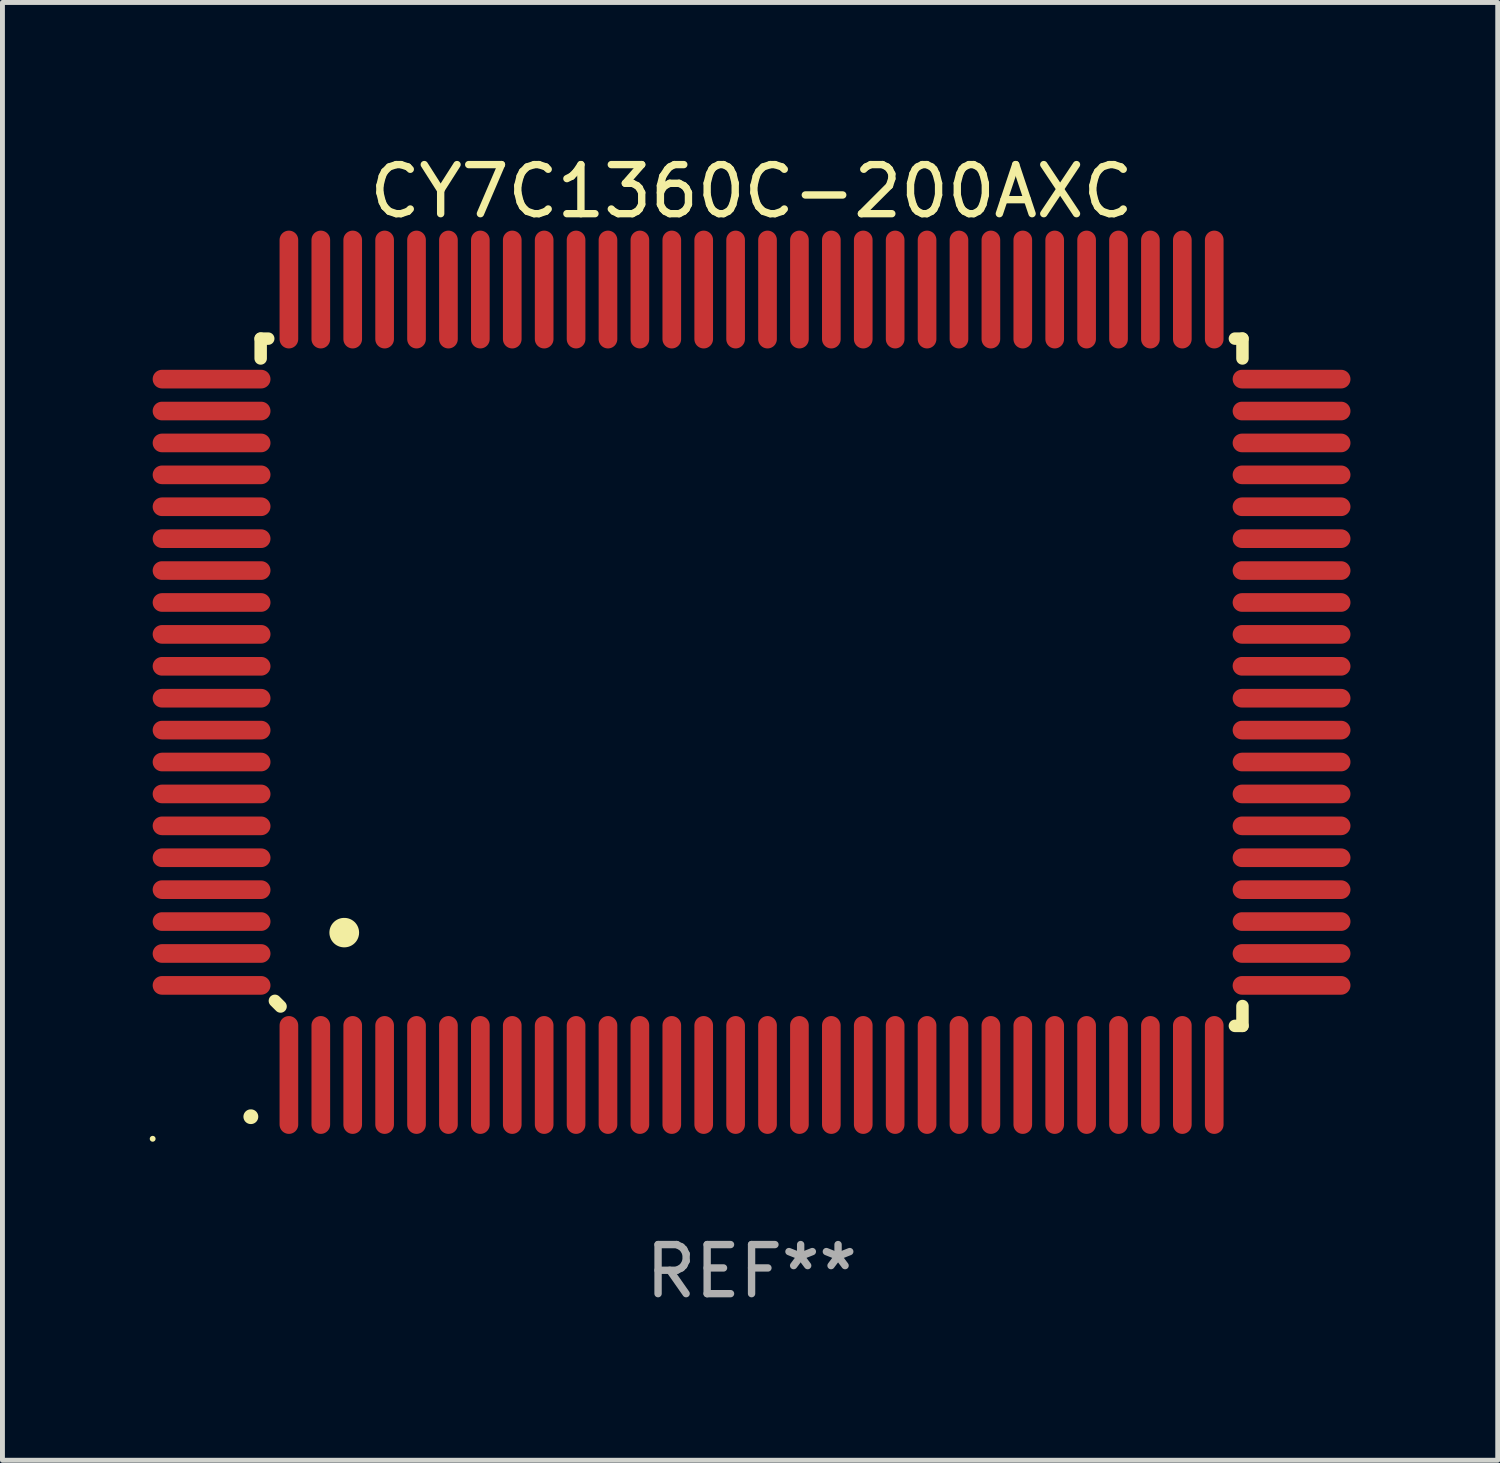
<source format=kicad_pcb>
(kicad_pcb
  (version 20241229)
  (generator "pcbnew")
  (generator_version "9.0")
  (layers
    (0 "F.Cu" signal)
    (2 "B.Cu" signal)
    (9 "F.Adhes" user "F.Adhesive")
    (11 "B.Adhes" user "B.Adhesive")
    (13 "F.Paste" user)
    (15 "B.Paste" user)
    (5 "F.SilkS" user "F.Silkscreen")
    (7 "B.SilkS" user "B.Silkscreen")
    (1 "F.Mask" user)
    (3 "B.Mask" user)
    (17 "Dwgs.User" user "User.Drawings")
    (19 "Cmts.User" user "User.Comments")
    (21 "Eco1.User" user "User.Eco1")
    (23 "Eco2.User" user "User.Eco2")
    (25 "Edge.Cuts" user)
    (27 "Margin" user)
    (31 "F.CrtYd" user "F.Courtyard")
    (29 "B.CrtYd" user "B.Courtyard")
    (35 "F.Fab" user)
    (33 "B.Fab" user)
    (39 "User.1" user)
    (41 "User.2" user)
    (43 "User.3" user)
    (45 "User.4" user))
  (footprint "CY7C1360C-200AXC"
    (layer "F.Cu")
    (at 12.26 10.848)
    (property "Reference" "CY7C1360C-200AXC" (at 0 -10 0) (layer "F.SilkS") (effects (font (size 1 1) (thickness 0.15))))
    (attr through_hole)
    (fp_line (start -10 -7) (end -10 -6.596) (stroke (width 0.254) (type solid)) (layer "F.SilkS"))
    (fp_line (start -10 -7) (end -9.846 -7) (stroke (width 0.254) (type solid)) (layer "F.SilkS"))
    (fp_line (start -9.595 6.605) (end -9.71 6.49) (stroke (width 0.254) (type solid)) (layer "F.SilkS"))
    (fp_line (start 9.846 -7) (end 10 -7) (stroke (width 0.254) (type solid)) (layer "F.SilkS"))
    (fp_line (start 10 -7) (end 10 -6.596) (stroke (width 0.254) (type solid)) (layer "F.SilkS"))
    (fp_line (start 10 6.596) (end 10 7) (stroke (width 0.254) (type solid)) (layer "F.SilkS"))
    (fp_line (start 10 7) (end 9.846 7) (stroke (width 0.254) (type solid)) (layer "F.SilkS"))
    (fp_arc (start -10.201295 8.850064) (mid -10.200025 8.850059) (end -10.198755 8.850064) (stroke (width 0.3) (type solid)) (layer "F.SilkS"))
    (fp_arc (start -8.300025 5.100076) (mid -8.297485 5.100065) (end -8.294945 5.100076) (stroke (width 0.6) (type solid)) (layer "F.SilkS"))
    (fp_circle (center -12.2 9.3) (end -12.17 9.3) (stroke (width 0.06) (type solid)) (fill no) (layer "F.SilkS"))
    (fp_text user "REF**" (at 0 12 0) (layer "F.Fab") (effects (font (size 1 1) (thickness 0.15))))
    (pad "1" smd oval (at -9.425 8 180) (size 0.38 2.4) (layers "F.Cu" "F.Mask" "F.Paste"))
    (pad "2" smd oval (at -8.775 8 180) (size 0.38 2.4) (layers "F.Cu" "F.Mask" "F.Paste"))
    (pad "3" smd oval (at -8.125 8 180) (size 0.38 2.4) (layers "F.Cu" "F.Mask" "F.Paste"))
    (pad "4" smd oval (at -7.475 8 180) (size 0.38 2.4) (layers "F.Cu" "F.Mask" "F.Paste"))
    (pad "5" smd oval (at -6.825 8 180) (size 0.38 2.4) (layers "F.Cu" "F.Mask" "F.Paste"))
    (pad "6" smd oval (at -6.175 8 180) (size 0.38 2.4) (layers "F.Cu" "F.Mask" "F.Paste"))
    (pad "7" smd oval (at -5.525 8 180) (size 0.38 2.4) (layers "F.Cu" "F.Mask" "F.Paste"))
    (pad "8" smd oval (at -4.875 8 180) (size 0.38 2.4) (layers "F.Cu" "F.Mask" "F.Paste"))
    (pad "9" smd oval (at -4.225 8 180) (size 0.38 2.4) (layers "F.Cu" "F.Mask" "F.Paste"))
    (pad "10" smd oval (at -3.575 8 180) (size 0.38 2.4) (layers "F.Cu" "F.Mask" "F.Paste"))
    (pad "11" smd oval (at -2.925 8 180) (size 0.38 2.4) (layers "F.Cu" "F.Mask" "F.Paste"))
    (pad "12" smd oval (at -2.275 8 180) (size 0.38 2.4) (layers "F.Cu" "F.Mask" "F.Paste"))
    (pad "13" smd oval (at -1.625 8 180) (size 0.38 2.4) (layers "F.Cu" "F.Mask" "F.Paste"))
    (pad "14" smd oval (at -0.975 8 180) (size 0.38 2.4) (layers "F.Cu" "F.Mask" "F.Paste"))
    (pad "15" smd oval (at -0.325 8 180) (size 0.38 2.4) (layers "F.Cu" "F.Mask" "F.Paste"))
    (pad "16" smd oval (at 0.325 8 180) (size 0.38 2.4) (layers "F.Cu" "F.Mask" "F.Paste"))
    (pad "17" smd oval (at 0.975 8 180) (size 0.38 2.4) (layers "F.Cu" "F.Mask" "F.Paste"))
    (pad "18" smd oval (at 1.625 8 180) (size 0.38 2.4) (layers "F.Cu" "F.Mask" "F.Paste"))
    (pad "19" smd oval (at 2.275 8 180) (size 0.38 2.4) (layers "F.Cu" "F.Mask" "F.Paste"))
    (pad "20" smd oval (at 2.925 8 180) (size 0.38 2.4) (layers "F.Cu" "F.Mask" "F.Paste"))
    (pad "21" smd oval (at 3.575 8 180) (size 0.38 2.4) (layers "F.Cu" "F.Mask" "F.Paste"))
    (pad "22" smd oval (at 4.225 8 180) (size 0.38 2.4) (layers "F.Cu" "F.Mask" "F.Paste"))
    (pad "23" smd oval (at 4.875 8 180) (size 0.38 2.4) (layers "F.Cu" "F.Mask" "F.Paste"))
    (pad "24" smd oval (at 5.525 8 180) (size 0.38 2.4) (layers "F.Cu" "F.Mask" "F.Paste"))
    (pad "25" smd oval (at 6.175 8 180) (size 0.38 2.4) (layers "F.Cu" "F.Mask" "F.Paste"))
    (pad "26" smd oval (at 6.825 8 180) (size 0.38 2.4) (layers "F.Cu" "F.Mask" "F.Paste"))
    (pad "27" smd oval (at 7.475 8 180) (size 0.38 2.4) (layers "F.Cu" "F.Mask" "F.Paste"))
    (pad "28" smd oval (at 8.125 8 180) (size 0.38 2.4) (layers "F.Cu" "F.Mask" "F.Paste"))
    (pad "29" smd oval (at 8.775 8 180) (size 0.38 2.4) (layers "F.Cu" "F.Mask" "F.Paste"))
    (pad "30" smd oval (at 9.425 8 180) (size 0.38 2.4) (layers "F.Cu" "F.Mask" "F.Paste"))
    (pad "31" smd oval (at 11 6.175 90) (size 0.38 2.4) (layers "F.Cu" "F.Mask" "F.Paste"))
    (pad "32" smd oval (at 11 5.525 90) (size 0.38 2.4) (layers "F.Cu" "F.Mask" "F.Paste"))
    (pad "33" smd oval (at 11 4.875 90) (size 0.38 2.4) (layers "F.Cu" "F.Mask" "F.Paste"))
    (pad "34" smd oval (at 11 4.225 90) (size 0.38 2.4) (layers "F.Cu" "F.Mask" "F.Paste"))
    (pad "35" smd oval (at 11 3.575 90) (size 0.38 2.4) (layers "F.Cu" "F.Mask" "F.Paste"))
    (pad "36" smd oval (at 11 2.925 90) (size 0.38 2.4) (layers "F.Cu" "F.Mask" "F.Paste"))
    (pad "37" smd oval (at 11 2.275 90) (size 0.38 2.4) (layers "F.Cu" "F.Mask" "F.Paste"))
    (pad "38" smd oval (at 11 1.625 90) (size 0.38 2.4) (layers "F.Cu" "F.Mask" "F.Paste"))
    (pad "39" smd oval (at 11 0.975 90) (size 0.38 2.4) (layers "F.Cu" "F.Mask" "F.Paste"))
    (pad "40" smd oval (at 11 0.325 90) (size 0.38 2.4) (layers "F.Cu" "F.Mask" "F.Paste"))
    (pad "41" smd oval (at 11 -0.325 90) (size 0.38 2.4) (layers "F.Cu" "F.Mask" "F.Paste"))
    (pad "42" smd oval (at 11 -0.975 90) (size 0.38 2.4) (layers "F.Cu" "F.Mask" "F.Paste"))
    (pad "43" smd oval (at 11 -1.625 90) (size 0.38 2.4) (layers "F.Cu" "F.Mask" "F.Paste"))
    (pad "44" smd oval (at 11 -2.275 90) (size 0.38 2.4) (layers "F.Cu" "F.Mask" "F.Paste"))
    (pad "45" smd oval (at 11 -2.925 90) (size 0.38 2.4) (layers "F.Cu" "F.Mask" "F.Paste"))
    (pad "46" smd oval (at 11 -3.575 90) (size 0.38 2.4) (layers "F.Cu" "F.Mask" "F.Paste"))
    (pad "47" smd oval (at 11 -4.225 90) (size 0.38 2.4) (layers "F.Cu" "F.Mask" "F.Paste"))
    (pad "48" smd oval (at 11 -4.875 90) (size 0.38 2.4) (layers "F.Cu" "F.Mask" "F.Paste"))
    (pad "49" smd oval (at 11 -5.525 90) (size 0.38 2.4) (layers "F.Cu" "F.Mask" "F.Paste"))
    (pad "50" smd oval (at 11 -6.175 90) (size 0.38 2.4) (layers "F.Cu" "F.Mask" "F.Paste"))
    (pad "51" smd oval (at 9.425 -8 180) (size 0.38 2.4) (layers "F.Cu" "F.Mask" "F.Paste"))
    (pad "52" smd oval (at 8.775 -8 180) (size 0.38 2.4) (layers "F.Cu" "F.Mask" "F.Paste"))
    (pad "53" smd oval (at 8.125 -8 180) (size 0.38 2.4) (layers "F.Cu" "F.Mask" "F.Paste"))
    (pad "54" smd oval (at 7.475 -8 180) (size 0.38 2.4) (layers "F.Cu" "F.Mask" "F.Paste"))
    (pad "55" smd oval (at 6.825 -8 180) (size 0.38 2.4) (layers "F.Cu" "F.Mask" "F.Paste"))
    (pad "56" smd oval (at 6.175 -8 180) (size 0.38 2.4) (layers "F.Cu" "F.Mask" "F.Paste"))
    (pad "57" smd oval (at 5.525 -8 180) (size 0.38 2.4) (layers "F.Cu" "F.Mask" "F.Paste"))
    (pad "58" smd oval (at 4.875 -8 180) (size 0.38 2.4) (layers "F.Cu" "F.Mask" "F.Paste"))
    (pad "59" smd oval (at 4.225 -8 180) (size 0.38 2.4) (layers "F.Cu" "F.Mask" "F.Paste"))
    (pad "60" smd oval (at 3.575 -8 180) (size 0.38 2.4) (layers "F.Cu" "F.Mask" "F.Paste"))
    (pad "61" smd oval (at 2.925 -8 180) (size 0.38 2.4) (layers "F.Cu" "F.Mask" "F.Paste"))
    (pad "62" smd oval (at 2.275 -8 180) (size 0.38 2.4) (layers "F.Cu" "F.Mask" "F.Paste"))
    (pad "63" smd oval (at 1.625 -8 180) (size 0.38 2.4) (layers "F.Cu" "F.Mask" "F.Paste"))
    (pad "64" smd oval (at 0.975 -8 180) (size 0.38 2.4) (layers "F.Cu" "F.Mask" "F.Paste"))
    (pad "65" smd oval (at 0.325 -8 180) (size 0.38 2.4) (layers "F.Cu" "F.Mask" "F.Paste"))
    (pad "66" smd oval (at -0.325 -8 180) (size 0.38 2.4) (layers "F.Cu" "F.Mask" "F.Paste"))
    (pad "67" smd oval (at -0.975 -8 180) (size 0.38 2.4) (layers "F.Cu" "F.Mask" "F.Paste"))
    (pad "68" smd oval (at -1.625 -8 180) (size 0.38 2.4) (layers "F.Cu" "F.Mask" "F.Paste"))
    (pad "69" smd oval (at -2.275 -8 180) (size 0.38 2.4) (layers "F.Cu" "F.Mask" "F.Paste"))
    (pad "70" smd oval (at -2.925 -8 180) (size 0.38 2.4) (layers "F.Cu" "F.Mask" "F.Paste"))
    (pad "71" smd oval (at -3.575 -8 180) (size 0.38 2.4) (layers "F.Cu" "F.Mask" "F.Paste"))
    (pad "72" smd oval (at -4.225 -8 180) (size 0.38 2.4) (layers "F.Cu" "F.Mask" "F.Paste"))
    (pad "73" smd oval (at -4.875 -8 180) (size 0.38 2.4) (layers "F.Cu" "F.Mask" "F.Paste"))
    (pad "74" smd oval (at -5.525 -8 180) (size 0.38 2.4) (layers "F.Cu" "F.Mask" "F.Paste"))
    (pad "75" smd oval (at -6.175 -8 180) (size 0.38 2.4) (layers "F.Cu" "F.Mask" "F.Paste"))
    (pad "76" smd oval (at -6.825 -8 180) (size 0.38 2.4) (layers "F.Cu" "F.Mask" "F.Paste"))
    (pad "77" smd oval (at -7.475 -8 180) (size 0.38 2.4) (layers "F.Cu" "F.Mask" "F.Paste"))
    (pad "78" smd oval (at -8.125 -8 180) (size 0.38 2.4) (layers "F.Cu" "F.Mask" "F.Paste"))
    (pad "79" smd oval (at -8.775 -8 180) (size 0.38 2.4) (layers "F.Cu" "F.Mask" "F.Paste"))
    (pad "80" smd oval (at -9.425 -8 180) (size 0.38 2.4) (layers "F.Cu" "F.Mask" "F.Paste"))
    (pad "81" smd oval (at -11 -6.175 90) (size 0.38 2.4) (layers "F.Cu" "F.Mask" "F.Paste"))
    (pad "82" smd oval (at -11 -5.525 90) (size 0.38 2.4) (layers "F.Cu" "F.Mask" "F.Paste"))
    (pad "83" smd oval (at -11 -4.875 90) (size 0.38 2.4) (layers "F.Cu" "F.Mask" "F.Paste"))
    (pad "84" smd oval (at -11 -4.225 90) (size 0.38 2.4) (layers "F.Cu" "F.Mask" "F.Paste"))
    (pad "85" smd oval (at -11 -3.575 90) (size 0.38 2.4) (layers "F.Cu" "F.Mask" "F.Paste"))
    (pad "86" smd oval (at -11 -2.925 90) (size 0.38 2.4) (layers "F.Cu" "F.Mask" "F.Paste"))
    (pad "87" smd oval (at -11 -2.275 90) (size 0.38 2.4) (layers "F.Cu" "F.Mask" "F.Paste"))
    (pad "88" smd oval (at -11 -1.625 90) (size 0.38 2.4) (layers "F.Cu" "F.Mask" "F.Paste"))
    (pad "89" smd oval (at -11 -0.975 90) (size 0.38 2.4) (layers "F.Cu" "F.Mask" "F.Paste"))
    (pad "90" smd oval (at -11 -0.325 90) (size 0.38 2.4) (layers "F.Cu" "F.Mask" "F.Paste"))
    (pad "91" smd oval (at -11 0.325 90) (size 0.38 2.4) (layers "F.Cu" "F.Mask" "F.Paste"))
    (pad "92" smd oval (at -11 0.975 90) (size 0.38 2.4) (layers "F.Cu" "F.Mask" "F.Paste"))
    (pad "93" smd oval (at -11 1.625 90) (size 0.38 2.4) (layers "F.Cu" "F.Mask" "F.Paste"))
    (pad "94" smd oval (at -11 2.275 90) (size 0.38 2.4) (layers "F.Cu" "F.Mask" "F.Paste"))
    (pad "95" smd oval (at -11 2.925 90) (size 0.38 2.4) (layers "F.Cu" "F.Mask" "F.Paste"))
    (pad "96" smd oval (at -11 3.575 90) (size 0.38 2.4) (layers "F.Cu" "F.Mask" "F.Paste"))
    (pad "97" smd oval (at -11 4.225 90) (size 0.38 2.4) (layers "F.Cu" "F.Mask" "F.Paste"))
    (pad "98" smd oval (at -11 4.875 90) (size 0.38 2.4) (layers "F.Cu" "F.Mask" "F.Paste"))
    (pad "99" smd oval (at -11 5.525 90) (size 0.38 2.4) (layers "F.Cu" "F.Mask" "F.Paste"))
    (pad "100" smd oval (at -11 6.175 90) (size 0.38 2.4) (layers "F.Cu" "F.Mask" "F.Paste")))
  (gr_rect
    (start -3 -3)
    (end 27.46 26.697)
    (stroke (width 0.1) (type default))
    (fill no)
    (layer "Edge.Cuts")))
</source>
